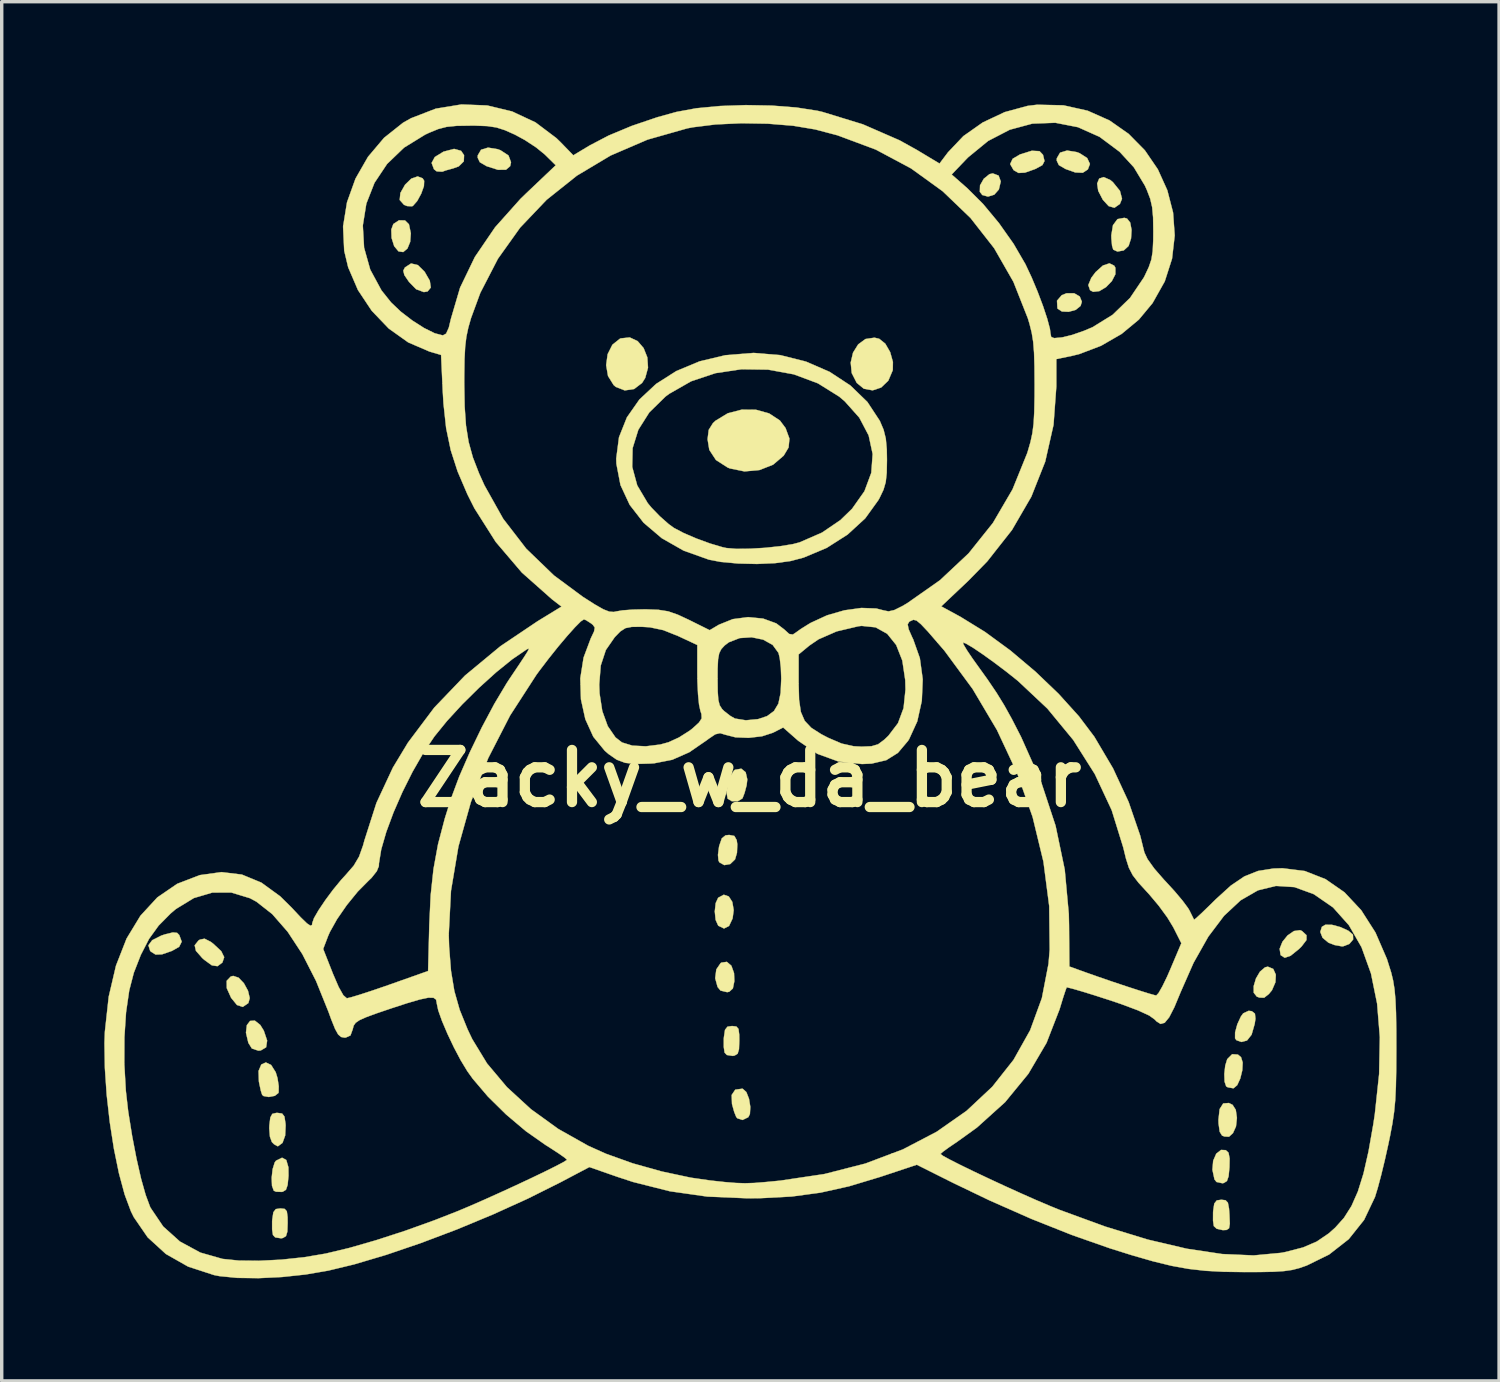
<source format=kicad_pcb>
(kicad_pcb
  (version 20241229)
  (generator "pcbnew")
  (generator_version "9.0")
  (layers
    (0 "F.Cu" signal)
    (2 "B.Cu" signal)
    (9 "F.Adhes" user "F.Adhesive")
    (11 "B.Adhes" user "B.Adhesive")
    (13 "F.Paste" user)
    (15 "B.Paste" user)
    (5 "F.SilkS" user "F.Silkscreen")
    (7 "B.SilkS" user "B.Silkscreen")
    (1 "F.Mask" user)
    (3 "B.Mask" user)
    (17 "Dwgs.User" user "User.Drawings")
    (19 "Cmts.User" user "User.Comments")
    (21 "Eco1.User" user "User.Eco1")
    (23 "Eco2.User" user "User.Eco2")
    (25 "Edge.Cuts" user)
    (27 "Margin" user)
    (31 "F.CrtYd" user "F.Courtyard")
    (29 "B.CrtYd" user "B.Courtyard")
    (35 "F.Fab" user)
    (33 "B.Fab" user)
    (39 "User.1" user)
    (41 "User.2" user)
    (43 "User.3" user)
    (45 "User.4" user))
  (footprint "Zacky_w_da_bear"
    (layer "F.Cu")
    (at 18.866 19.716)
    (property "Reference" "Zacky_w_da_bear" (at 0 0 0) (layer "F.SilkS") (effects (font (size 1.524 1.524) (thickness 0.3))))
    (attr through_hole)
    (fp_poly (pts (xy 7.287 -17.631) (xy 7.35 -17.461) (xy 7.294 -17.224) (xy 7.16 -17.073) (xy 6.977 -17.017) (xy 6.81 -17.063) (xy 6.738 -17.157) (xy 6.744 -17.345) (xy 6.854 -17.539) (xy 7.02 -17.673) (xy 7.117 -17.695) (xy 7.287 -17.631)) (stroke (width 0.01) (type solid)) (fill yes) (layer "F.SilkS"))
    (fp_poly (pts (xy -14.937 5.826) (xy -14.783 5.989) (xy -14.664 6.207) (xy -14.613 6.422) (xy -14.653 6.568) (xy -14.816 6.68) (xy -14.986 6.624) (xy -15.158 6.413) (xy -15.284 6.132) (xy -15.287 5.917) (xy -15.168 5.792) (xy -15.096 5.773) (xy -14.937 5.826)) (stroke (width 0.01) (type solid)) (fill yes) (layer "F.SilkS"))
    (fp_poly (pts (xy -14.305 7.207) (xy -14.201 7.376) (xy -14.104 7.665) (xy -14.134 7.861) (xy -14.29 7.953) (xy -14.362 7.959) (xy -14.55 7.896) (xy -14.653 7.731) (xy -14.723 7.434) (xy -14.697 7.214) (xy -14.603 7.09) (xy -14.464 7.081) (xy -14.305 7.207)) (stroke (width 0.01) (type solid)) (fill yes) (layer "F.SilkS"))
    (fp_poly (pts (xy -10.072 -16.32) (xy -9.957 -16.207) (xy -9.902 -15.944) (xy -9.921 -15.694) (xy -10.001 -15.498) (xy -10.125 -15.395) (xy -10.262 -15.415) (xy -10.389 -15.568) (xy -10.464 -15.807) (xy -10.473 -16.053) (xy -10.413 -16.215) (xy -10.247 -16.324) (xy -10.072 -16.32)) (stroke (width 0.01) (type solid)) (fill yes) (layer "F.SilkS"))
    (fp_poly (pts (xy -9.696 -15.014) (xy -9.499 -14.82) (xy -9.347 -14.556) (xy -9.318 -14.357) (xy -9.412 -14.243) (xy -9.521 -14.224) (xy -9.746 -14.308) (xy -9.954 -14.521) (xy -10.091 -14.722) (xy -10.122 -14.851) (xy -10.075 -14.944) (xy -9.895 -15.061) (xy -9.696 -15.014)) (stroke (width 0.01) (type solid)) (fill yes) (layer "F.SilkS"))
    (fp_poly (pts (xy 9.659 -14.096) (xy 9.722 -13.943) (xy 9.684 -13.82) (xy 9.541 -13.704) (xy 9.336 -13.648) (xy 9.138 -13.657) (xy 9.013 -13.74) (xy 9.007 -13.753) (xy 8.995 -13.973) (xy 9.134 -14.134) (xy 9.275 -14.19) (xy 9.497 -14.19) (xy 9.659 -14.096)) (stroke (width 0.01) (type solid)) (fill yes) (layer "F.SilkS"))
    (fp_poly (pts (xy 10.551 -17.503) (xy 10.629 -17.439) (xy 10.836 -17.183) (xy 10.896 -16.953) (xy 10.834 -16.802) (xy 10.674 -16.69) (xy 10.505 -16.739) (xy 10.335 -16.925) (xy 10.2 -17.185) (xy 10.169 -17.4) (xy 10.229 -17.544) (xy 10.361 -17.587) (xy 10.551 -17.503)) (stroke (width 0.01) (type solid)) (fill yes) (layer "F.SilkS"))
    (fp_poly (pts (xy -0.604 3.45) (xy -0.501 3.609) (xy -0.46 3.848) (xy -0.492 4.092) (xy -0.596 4.312) (xy -0.743 4.387) (xy -0.909 4.307) (xy -0.912 4.304) (xy -0.988 4.135) (xy -1.013 3.888) (xy -0.986 3.643) (xy -0.914 3.488) (xy -0.749 3.399) (xy -0.604 3.45)) (stroke (width 0.01) (type solid)) (fill yes) (layer "F.SilkS"))
    (fp_poly (pts (xy -0.528 5.475) (xy -0.45 5.692) (xy -0.441 5.927) (xy -0.484 6.14) (xy -0.588 6.235) (xy -0.65 6.249) (xy -0.845 6.202) (xy -0.931 6.097) (xy -1.001 5.84) (xy -0.968 5.584) (xy -0.842 5.399) (xy -0.821 5.385) (xy -0.66 5.362) (xy -0.528 5.475)) (stroke (width 0.01) (type solid)) (fill yes) (layer "F.SilkS"))
    (fp_poly (pts (xy 9.571 -18.318) (xy 9.654 -18.287) (xy 9.877 -18.144) (xy 9.958 -17.971) (xy 9.897 -17.812) (xy 9.748 -17.714) (xy 9.529 -17.723) (xy 9.244 -17.824) (xy 9.049 -17.938) (xy 8.986 -18.071) (xy 8.99 -18.138) (xy 9.085 -18.302) (xy 9.289 -18.364) (xy 9.571 -18.318)) (stroke (width 0.01) (type solid)) (fill yes) (layer "F.SilkS"))
    (fp_poly (pts (xy 10.668 -14.997) (xy 10.702 -14.936) (xy 10.702 -14.746) (xy 10.598 -14.545) (xy 10.429 -14.37) (xy 10.233 -14.253) (xy 10.051 -14.232) (xy 9.962 -14.28) (xy 9.91 -14.429) (xy 9.997 -14.64) (xy 10.125 -14.81) (xy 10.337 -15.001) (xy 10.528 -15.065) (xy 10.668 -14.997)) (stroke (width 0.01) (type solid)) (fill yes) (layer "F.SilkS"))
    (fp_poly (pts (xy -16.736 4.515) (xy -16.674 4.578) (xy -16.602 4.772) (xy -16.677 4.922) (xy -16.888 5.042) (xy -17.176 5.142) (xy -17.367 5.149) (xy -17.504 5.063) (xy -17.526 5.038) (xy -17.576 4.878) (xy -17.464 4.728) (xy -17.196 4.593) (xy -17.086 4.557) (xy -16.86 4.502) (xy -16.736 4.515)) (stroke (width 0.01) (type solid)) (fill yes) (layer "F.SilkS"))
    (fp_poly (pts (xy -9.555 -17.55) (xy -9.512 -17.479) (xy -9.519 -17.323) (xy -9.598 -17.103) (xy -9.715 -16.888) (xy -9.838 -16.748) (xy -9.866 -16.733) (xy -10.011 -16.74) (xy -10.102 -16.777) (xy -10.227 -16.918) (xy -10.207 -17.123) (xy -10.07 -17.365) (xy -9.888 -17.542) (xy -9.702 -17.607) (xy -9.555 -17.55)) (stroke (width 0.01) (type solid)) (fill yes) (layer "F.SilkS"))
    (fp_poly (pts (xy -8.432 -18.355) (xy -8.345 -18.228) (xy -8.353 -18.047) (xy -8.5 -17.901) (xy -8.66 -17.843) (xy -8.875 -17.784) (xy -8.982 -17.745) (xy -9.146 -17.755) (xy -9.225 -17.817) (xy -9.294 -18.001) (xy -9.2 -18.175) (xy -8.949 -18.329) (xy -8.938 -18.333) (xy -8.636 -18.412) (xy -8.432 -18.355)) (stroke (width 0.01) (type solid)) (fill yes) (layer "F.SilkS"))
    (fp_poly (pts (xy -7.362 -18.403) (xy -7.279 -18.372) (xy -7.045 -18.218) (xy -6.972 -18.021) (xy -6.997 -17.907) (xy -7.12 -17.802) (xy -7.355 -17.801) (xy -7.679 -17.904) (xy -7.69 -17.909) (xy -7.884 -18.022) (xy -7.947 -18.155) (xy -7.944 -18.223) (xy -7.848 -18.387) (xy -7.644 -18.449) (xy -7.362 -18.403)) (stroke (width 0.01) (type solid)) (fill yes) (layer "F.SilkS"))
    (fp_poly (pts (xy 8.484 -18.345) (xy 8.585 -18.239) (xy 8.629 -18.057) (xy 8.568 -17.938) (xy 8.374 -17.831) (xy 8.342 -17.818) (xy 8.059 -17.718) (xy 7.871 -17.708) (xy 7.733 -17.786) (xy 7.722 -17.797) (xy 7.625 -17.968) (xy 7.698 -18.123) (xy 7.914 -18.25) (xy 8.257 -18.357) (xy 8.484 -18.345)) (stroke (width 0.01) (type solid)) (fill yes) (layer "F.SilkS"))
    (fp_poly (pts (xy 11.043 -16.374) (xy 11.135 -16.258) (xy 11.175 -16.044) (xy 11.16 -15.792) (xy 11.088 -15.573) (xy 10.947 -15.443) (xy 10.763 -15.41) (xy 10.64 -15.466) (xy 10.605 -15.579) (xy 10.585 -15.794) (xy 10.583 -15.886) (xy 10.632 -16.181) (xy 10.764 -16.358) (xy 10.963 -16.396) (xy 11.043 -16.374)) (stroke (width 0.01) (type solid)) (fill yes) (layer "F.SilkS"))
    (fp_poly (pts (xy 13.931 10.869) (xy 14.011 10.944) (xy 14.043 11.113) (xy 14.038 11.366) (xy 14.013 11.632) (xy 13.964 11.772) (xy 13.873 11.829) (xy 13.833 11.837) (xy 13.66 11.8) (xy 13.6 11.724) (xy 13.54 11.443) (xy 13.562 11.179) (xy 13.652 10.972) (xy 13.793 10.862) (xy 13.931 10.869)) (stroke (width 0.01) (type solid)) (fill yes) (layer "F.SilkS"))
    (fp_poly (pts (xy 14.13 9.544) (xy 14.223 9.691) (xy 14.256 9.925) (xy 14.229 10.175) (xy 14.141 10.37) (xy 14.025 10.476) (xy 13.894 10.47) (xy 13.822 10.443) (xy 13.753 10.332) (xy 13.719 10.089) (xy 13.716 9.981) (xy 13.751 9.668) (xy 13.855 9.503) (xy 14.021 9.49) (xy 14.13 9.544)) (stroke (width 0.01) (type solid)) (fill yes) (layer "F.SilkS"))
    (fp_poly (pts (xy 14.692 6.805) (xy 14.783 6.877) (xy 14.798 7.026) (xy 14.776 7.176) (xy 14.685 7.493) (xy 14.551 7.662) (xy 14.39 7.705) (xy 14.243 7.654) (xy 14.202 7.599) (xy 14.203 7.426) (xy 14.268 7.187) (xy 14.372 6.962) (xy 14.44 6.868) (xy 14.6 6.794) (xy 14.692 6.805)) (stroke (width 0.01) (type solid)) (fill yes) (layer "F.SilkS"))
    (fp_poly (pts (xy 15.319 5.569) (xy 15.394 5.737) (xy 15.382 5.959) (xy 15.282 6.191) (xy 15.191 6.302) (xy 15.053 6.411) (xy 14.916 6.407) (xy 14.838 6.379) (xy 14.748 6.265) (xy 14.747 6.071) (xy 14.813 5.849) (xy 14.93 5.649) (xy 15.078 5.523) (xy 15.16 5.503) (xy 15.319 5.569)) (stroke (width 0.01) (type solid)) (fill yes) (layer "F.SilkS"))
    (fp_poly (pts (xy 16.157 4.459) (xy 16.291 4.583) (xy 16.29 4.724) (xy 16.148 4.91) (xy 16.07 4.987) (xy 15.826 5.184) (xy 15.655 5.243) (xy 15.54 5.17) (xy 15.533 5.16) (xy 15.506 4.98) (xy 15.587 4.776) (xy 15.739 4.588) (xy 15.924 4.461) (xy 16.104 4.436) (xy 16.157 4.459)) (stroke (width 0.01) (type solid)) (fill yes) (layer "F.SilkS"))
    (fp_poly (pts (xy 17.284 4.346) (xy 17.517 4.453) (xy 17.65 4.567) (xy 17.655 4.708) (xy 17.544 4.838) (xy 17.365 4.907) (xy 17.325 4.909) (xy 17.111 4.87) (xy 16.933 4.801) (xy 16.761 4.658) (xy 16.694 4.487) (xy 16.741 4.338) (xy 16.838 4.279) (xy 17.031 4.278) (xy 17.284 4.346)) (stroke (width 0.01) (type solid)) (fill yes) (layer "F.SilkS"))
    (fp_poly (pts (xy -15.754 4.776) (xy -15.679 4.833) (xy -15.446 5.05) (xy -15.36 5.225) (xy -15.411 5.378) (xy -15.418 5.387) (xy -15.556 5.489) (xy -15.721 5.464) (xy -15.94 5.305) (xy -16.001 5.251) (xy -16.186 5.04) (xy -16.223 4.878) (xy -16.114 4.741) (xy -16.07 4.712) (xy -15.934 4.685) (xy -15.754 4.776)) (stroke (width 0.01) (type solid)) (fill yes) (layer "F.SilkS"))
    (fp_poly (pts (xy -13.544 11.157) (xy -13.482 11.371) (xy -13.479 11.62) (xy -13.505 11.887) (xy -13.554 12.028) (xy -13.646 12.084) (xy -13.677 12.09) (xy -13.845 12.084) (xy -13.91 12.054) (xy -13.962 11.91) (xy -13.971 11.676) (xy -13.943 11.425) (xy -13.883 11.23) (xy -13.844 11.177) (xy -13.667 11.09) (xy -13.544 11.157)) (stroke (width 0.01) (type solid)) (fill yes) (layer "F.SilkS"))
    (fp_poly (pts (xy -0.441 1.68) (xy -0.372 1.802) (xy -0.355 1.922) (xy -0.364 2.171) (xy -0.421 2.367) (xy -0.561 2.502) (xy -0.735 2.533) (xy -0.877 2.453) (xy -0.904 2.404) (xy -0.92 2.234) (xy -0.889 1.996) (xy -0.88 1.959) (xy -0.807 1.749) (xy -0.699 1.663) (xy -0.593 1.651) (xy -0.441 1.68)) (stroke (width 0.01) (type solid)) (fill yes) (layer "F.SilkS"))
    (fp_poly (pts (xy -0.195 9.075) (xy -0.09 9.17) (xy -0.012 9.368) (xy 0.026 9.604) (xy 0.014 9.812) (xy -0.033 9.905) (xy -0.2 9.986) (xy -0.355 9.936) (xy -0.387 9.896) (xy -0.445 9.752) (xy -0.506 9.533) (xy -0.51 9.518) (xy -0.519 9.255) (xy -0.414 9.1) (xy -0.209 9.072) (xy -0.195 9.075)) (stroke (width 0.01) (type solid)) (fill yes) (layer "F.SilkS"))
    (fp_poly (pts (xy -0.11 -0.183) (xy -0.062 0.027) (xy -0.082 0.199) (xy -0.142 0.422) (xy -0.201 0.576) (xy -0.205 0.583) (xy -0.337 0.664) (xy -0.515 0.665) (xy -0.637 0.59) (xy -0.668 0.417) (xy -0.635 0.173) (xy -0.556 -0.069) (xy -0.451 -0.234) (xy -0.422 -0.255) (xy -0.237 -0.287) (xy -0.11 -0.183)) (stroke (width 0.01) (type solid)) (fill yes) (layer "F.SilkS"))
    (fp_poly (pts (xy 14.286 8.074) (xy 14.377 8.151) (xy 14.425 8.307) (xy 14.413 8.534) (xy 14.354 8.774) (xy 14.265 8.968) (xy 14.159 9.058) (xy 14.147 9.059) (xy 13.988 9.03) (xy 13.942 9.003) (xy 13.896 8.867) (xy 13.888 8.641) (xy 13.915 8.396) (xy 13.973 8.207) (xy 14.117 8.063) (xy 14.286 8.074)) (stroke (width 0.01) (type solid)) (fill yes) (layer "F.SilkS"))
    (fp_poly (pts (xy -13.988 8.377) (xy -13.853 8.591) (xy -13.801 8.761) (xy -13.765 8.998) (xy -13.768 9.176) (xy -13.774 9.197) (xy -13.879 9.28) (xy -14.055 9.314) (xy -14.21 9.286) (xy -14.25 9.25) (xy -14.288 9.132) (xy -14.334 8.919) (xy -14.345 8.862) (xy -14.355 8.554) (xy -14.275 8.365) (xy -14.141 8.304) (xy -13.988 8.377)) (stroke (width 0.01) (type solid)) (fill yes) (layer "F.SilkS"))
    (fp_poly (pts (xy -13.59 12.587) (xy -13.528 12.657) (xy -13.506 12.826) (xy -13.504 12.996) (xy -13.513 13.251) (xy -13.553 13.383) (xy -13.643 13.437) (xy -13.695 13.447) (xy -13.868 13.42) (xy -13.934 13.35) (xy -13.958 13.187) (xy -13.958 12.947) (xy -13.954 12.899) (xy -13.922 12.685) (xy -13.85 12.592) (xy -13.716 12.573) (xy -13.59 12.587)) (stroke (width 0.01) (type solid)) (fill yes) (layer "F.SilkS"))
    (fp_poly (pts (xy -0.382 7.253) (xy -0.32 7.323) (xy -0.298 7.492) (xy -0.296 7.662) (xy -0.305 7.917) (xy -0.345 8.049) (xy -0.435 8.103) (xy -0.487 8.113) (xy -0.66 8.086) (xy -0.726 8.016) (xy -0.75 7.853) (xy -0.75 7.613) (xy -0.746 7.565) (xy -0.714 7.351) (xy -0.642 7.258) (xy -0.508 7.239) (xy -0.382 7.253)) (stroke (width 0.01) (type solid)) (fill yes) (layer "F.SilkS"))
    (fp_poly (pts (xy 3.796 -12.858) (xy 3.973 -12.716) (xy 4.116 -12.468) (xy 4.196 -12.181) (xy 4.192 -11.941) (xy 4.062 -11.635) (xy 3.853 -11.434) (xy 3.603 -11.351) (xy 3.347 -11.398) (xy 3.139 -11.568) (xy 2.992 -11.856) (xy 2.962 -12.163) (xy 3.03 -12.453) (xy 3.18 -12.694) (xy 3.395 -12.852) (xy 3.657 -12.891) (xy 3.796 -12.858)) (stroke (width 0.01) (type solid)) (fill yes) (layer "F.SilkS"))
    (fp_poly (pts (xy 13.925 12.334) (xy 13.992 12.405) (xy 14.025 12.577) (xy 14.038 12.764) (xy 14.048 13.022) (xy 14.026 13.154) (xy 13.954 13.202) (xy 13.845 13.208) (xy 13.664 13.167) (xy 13.581 13.09) (xy 13.558 12.932) (xy 13.559 12.694) (xy 13.562 12.645) (xy 13.594 12.431) (xy 13.667 12.338) (xy 13.801 12.319) (xy 13.925 12.334)) (stroke (width 0.01) (type solid)) (fill yes) (layer "F.SilkS"))
    (fp_poly (pts (xy -13.666 9.798) (xy -13.598 9.886) (xy -13.567 10.089) (xy -13.563 10.145) (xy -13.577 10.442) (xy -13.655 10.657) (xy -13.782 10.751) (xy -13.801 10.753) (xy -13.903 10.695) (xy -13.965 10.632) (xy -14.022 10.476) (xy -14.042 10.233) (xy -14.039 10.145) (xy -14.011 9.915) (xy -13.953 9.808) (xy -13.833 9.779) (xy -13.801 9.779) (xy -13.666 9.798)) (stroke (width 0.01) (type solid)) (fill yes) (layer "F.SilkS"))
    (fp_poly (pts (xy -3.27 -12.791) (xy -3.094 -12.586) (xy -2.986 -12.315) (xy -2.966 -12.013) (xy -3.047 -11.715) (xy -3.139 -11.568) (xy -3.372 -11.39) (xy -3.646 -11.349) (xy -3.908 -11.452) (xy -3.971 -11.506) (xy -4.135 -11.77) (xy -4.19 -12.088) (xy -4.146 -12.409) (xy -4.008 -12.684) (xy -3.785 -12.862) (xy -3.766 -12.87) (xy -3.5 -12.898) (xy -3.27 -12.791)) (stroke (width 0.01) (type solid)) (fill yes) (layer "F.SilkS"))
    (fp_poly (pts (xy 0.191 -10.783) (xy 0.576 -10.676) (xy 0.891 -10.469) (xy 1.057 -10.247) (xy 1.17 -9.94) (xy 1.145 -9.681) (xy 1.002 -9.441) (xy 0.694 -9.178) (xy 0.296 -9.021) (xy -0.143 -8.98) (xy -0.572 -9.068) (xy -0.635 -9.093) (xy -0.979 -9.314) (xy -1.173 -9.61) (xy -1.224 -9.922) (xy -1.19 -10.195) (xy -1.066 -10.393) (xy -0.992 -10.462) (xy -0.633 -10.68) (xy -0.226 -10.786) (xy 0.191 -10.783)) (stroke (width 0.01) (type solid)) (fill yes) (layer "F.SilkS"))
    (fp_poly (pts (xy 0.905 -12.38) (xy 1.655 -12.191) (xy 2.346 -11.891) (xy 2.952 -11.493) (xy 3.449 -11.012) (xy 3.812 -10.46) (xy 3.814 -10.456) (xy 3.924 -10.198) (xy 3.988 -9.94) (xy 4.017 -9.622) (xy 4.022 -9.313) (xy 4.015 -8.936) (xy 3.986 -8.667) (xy 3.921 -8.445) (xy 3.808 -8.208) (xy 3.771 -8.141) (xy 3.386 -7.607) (xy 2.871 -7.134) (xy 2.258 -6.743) (xy 1.584 -6.46) (xy 1.202 -6.359) (xy 0.755 -6.298) (xy 0.221 -6.274) (xy -0.333 -6.287) (xy -0.842 -6.334) (xy -1.185 -6.4) (xy -1.923 -6.663) (xy -2.564 -7.028) (xy -3.094 -7.479) (xy -3.501 -8.002) (xy -3.771 -8.582) (xy -3.873 -9.113) (xy -3.428 -9.113) (xy -3.281 -8.571) (xy -2.974 -8.053) (xy -2.866 -7.922) (xy -2.621 -7.669) (xy -2.362 -7.44) (xy -2.208 -7.328) (xy -1.927 -7.18) (xy -1.55 -7.018) (xy -1.148 -6.871) (xy -0.79 -6.765) (xy -0.677 -6.74) (xy -0.386 -6.715) (xy 0.012 -6.719) (xy 0.461 -6.746) (xy 0.9 -6.793) (xy 1.273 -6.854) (xy 1.47 -6.906) (xy 2.123 -7.191) (xy 2.66 -7.556) (xy 3.003 -7.889) (xy 3.364 -8.401) (xy 3.564 -8.94) (xy 3.604 -9.489) (xy 3.487 -10.032) (xy 3.214 -10.552) (xy 2.788 -11.03) (xy 2.625 -11.168) (xy 2.003 -11.556) (xy 1.298 -11.819) (xy 0.543 -11.957) (xy -0.23 -11.968) (xy -0.991 -11.854) (xy -1.707 -11.615) (xy -2.348 -11.249) (xy -2.456 -11.168) (xy -2.928 -10.706) (xy -3.249 -10.198) (xy -3.416 -9.661) (xy -3.428 -9.113) (xy -3.873 -9.113) (xy -3.89 -9.205) (xy -3.895 -9.356) (xy -3.814 -9.98) (xy -3.583 -10.56) (xy -3.216 -11.084) (xy -2.729 -11.539) (xy -2.138 -11.915) (xy -1.457 -12.199) (xy -0.701 -12.379) (xy 0.112 -12.444) (xy 0.122 -12.445) (xy 0.905 -12.38)) (stroke (width 0.01) (type solid)) (fill yes) (layer "F.SilkS"))
    (fp_poly (pts (xy -7.669 -19.682) (xy -6.938 -19.506) (xy -6.255 -19.186) (xy -5.643 -18.725) (xy -5.517 -18.602) (xy -5.15 -18.224) (xy -4.675 -18.51) (xy -4.115 -18.803) (xy -3.436 -19.086) (xy -2.69 -19.339) (xy -2.134 -19.493) (xy -1.553 -19.6) (xy -0.86 -19.666) (xy -0.107 -19.692) (xy 0.654 -19.678) (xy 1.369 -19.623) (xy 1.987 -19.527) (xy 2.134 -19.493) (xy 3.318 -19.13) (xy 4.391 -18.662) (xy 4.887 -18.387) (xy 5.559 -17.983) (xy 5.807 -18.312) (xy 6.257 -18.786) (xy 6.824 -19.185) (xy 7.465 -19.487) (xy 8.134 -19.669) (xy 8.413 -19.703) (xy 9.183 -19.686) (xy 9.891 -19.528) (xy 10.529 -19.244) (xy 11.089 -18.852) (xy 11.564 -18.37) (xy 11.944 -17.814) (xy 12.221 -17.202) (xy 12.389 -16.551) (xy 12.437 -15.879) (xy 12.359 -15.201) (xy 12.146 -14.537) (xy 11.789 -13.902) (xy 11.388 -13.419) (xy 10.885 -13.002) (xy 10.282 -12.654) (xy 9.646 -12.412) (xy 9.438 -12.361) (xy 8.975 -12.265) (xy 8.975 -11.463) (xy 8.893 -10.341) (xy 8.65 -9.267) (xy 8.244 -8.242) (xy 7.679 -7.269) (xy 6.954 -6.348) (xy 6.408 -5.789) (xy 5.61 -5.034) (xy 6.172 -4.728) (xy 6.89 -4.286) (xy 7.633 -3.742) (xy 8.362 -3.127) (xy 9.042 -2.476) (xy 9.635 -1.82) (xy 10.086 -1.222) (xy 10.633 -0.297) (xy 11.089 0.686) (xy 11.429 1.675) (xy 11.55 2.162) (xy 11.642 2.358) (xy 11.839 2.633) (xy 12.119 2.955) (xy 12.174 3.013) (xy 12.437 3.3) (xy 12.665 3.571) (xy 12.824 3.785) (xy 12.867 3.856) (xy 12.955 4.034) (xy 13.002 4.128) (xy 13.003 4.13) (xy 13.064 4.084) (xy 13.218 3.942) (xy 13.442 3.726) (xy 13.641 3.53) (xy 14.077 3.133) (xy 14.474 2.864) (xy 14.875 2.704) (xy 15.323 2.633) (xy 15.591 2.625) (xy 16.241 2.706) (xy 16.848 2.944) (xy 17.402 3.329) (xy 17.891 3.852) (xy 18.308 4.505) (xy 18.642 5.276) (xy 18.767 5.673) (xy 18.823 5.904) (xy 18.864 6.157) (xy 18.892 6.464) (xy 18.909 6.853) (xy 18.917 7.355) (xy 18.918 7.916) (xy 18.915 8.529) (xy 18.905 9.012) (xy 18.886 9.405) (xy 18.853 9.75) (xy 18.804 10.085) (xy 18.735 10.451) (xy 18.684 10.697) (xy 18.582 11.155) (xy 18.475 11.597) (xy 18.375 11.973) (xy 18.295 12.234) (xy 18.295 12.236) (xy 17.975 12.909) (xy 17.527 13.471) (xy 16.952 13.921) (xy 16.298 14.242) (xy 16.082 14.317) (xy 15.874 14.371) (xy 15.636 14.405) (xy 15.332 14.425) (xy 14.927 14.433) (xy 14.478 14.434) (xy 13.869 14.426) (xy 13.337 14.397) (xy 12.842 14.341) (xy 12.344 14.251) (xy 11.803 14.119) (xy 11.179 13.939) (xy 10.541 13.739) (xy 9.434 13.351) (xy 8.244 12.878) (xy 7.019 12.337) (xy 5.96 11.828) (xy 4.896 11.295) (xy 3.824 11.651) (xy 2.915 11.925) (xy 2.075 12.112) (xy 1.236 12.225) (xy 0.329 12.273) (xy -0.053 12.277) (xy -1.229 12.227) (xy -2.326 12.071) (xy -3.404 11.799) (xy -3.867 11.647) (xy -4.681 11.363) (xy -5.537 11.815) (xy -6.485 12.288) (xy -7.503 12.75) (xy -8.555 13.187) (xy -9.605 13.584) (xy -10.617 13.929) (xy -11.556 14.208) (xy -12.319 14.392) (xy -12.978 14.505) (xy -13.671 14.579) (xy -14.352 14.612) (xy -14.978 14.604) (xy -15.501 14.552) (xy -15.658 14.521) (xy -16.415 14.274) (xy -17.065 13.905) (xy -17.597 13.419) (xy -18.005 12.825) (xy -18.087 12.658) (xy -18.27 12.168) (xy -18.438 11.544) (xy -18.585 10.826) (xy -18.706 10.049) (xy -18.796 9.251) (xy -18.849 8.468) (xy -18.851 8.345) (xy -18.281 8.345) (xy -18.236 9.132) (xy -18.167 9.737) (xy -18.052 10.454) (xy -17.924 11.118) (xy -17.791 11.702) (xy -17.657 12.177) (xy -17.531 12.516) (xy -17.512 12.556) (xy -17.144 13.101) (xy -16.653 13.542) (xy -16.058 13.864) (xy -15.409 14.049) (xy -14.932 14.098) (xy -14.341 14.104) (xy -13.687 14.071) (xy -13.021 14) (xy -12.394 13.894) (xy -11.707 13.73) (xy -10.915 13.502) (xy -10.065 13.226) (xy -9.203 12.916) (xy -8.532 12.653) (xy -8.166 12.499) (xy -7.742 12.313) (xy -7.287 12.108) (xy -6.825 11.896) (xy -6.384 11.689) (xy -5.989 11.499) (xy -5.665 11.338) (xy -5.439 11.219) (xy -5.337 11.154) (xy -5.334 11.149) (xy -5.401 11.089) (xy -5.579 10.964) (xy -5.837 10.796) (xy -5.963 10.717) (xy -6.537 10.314) (xy -7.113 9.828) (xy -7.646 9.303) (xy -8.09 8.782) (xy -8.249 8.56) (xy -8.443 8.24) (xy -8.643 7.861) (xy -8.831 7.465) (xy -8.99 7.091) (xy -9.1 6.781) (xy -9.144 6.574) (xy -9.144 6.566) (xy -9.164 6.465) (xy -9.24 6.412) (xy -9.391 6.41) (xy -9.639 6.462) (xy -10.005 6.569) (xy -10.456 6.716) (xy -10.898 6.866) (xy -11.204 6.978) (xy -11.401 7.066) (xy -11.515 7.144) (xy -11.573 7.227) (xy -11.6 7.328) (xy -11.6 7.331) (xy -11.667 7.515) (xy -11.804 7.576) (xy -11.842 7.578) (xy -11.942 7.559) (xy -12.028 7.484) (xy -12.117 7.323) (xy -12.228 7.048) (xy -12.313 6.815) (xy -12.674 5.92) (xy -13.073 5.138) (xy -13.173 4.985) (xy -12.465 4.985) (xy -12.18 5.708) (xy -12.013 6.096) (xy -11.876 6.339) (xy -11.774 6.427) (xy -11.769 6.427) (xy -11.646 6.398) (xy -11.397 6.323) (xy -11.054 6.211) (xy -10.65 6.073) (xy -10.519 6.027) (xy -9.397 5.63) (xy -9.369 4.562) (xy -8.793 4.562) (xy -8.782 4.931) (xy -8.727 5.626) (xy -8.629 6.217) (xy -8.473 6.766) (xy -8.243 7.334) (xy -8.107 7.62) (xy -7.672 8.335) (xy -7.092 9.025) (xy -6.39 9.67) (xy -5.589 10.249) (xy -4.715 10.741) (xy -4.191 10.976) (xy -3.415 11.254) (xy -2.562 11.493) (xy -1.712 11.674) (xy -1.143 11.756) (xy -0.721 11.802) (xy -0.402 11.828) (xy -0.131 11.837) (xy 0.149 11.828) (xy 0.491 11.8) (xy 0.895 11.761) (xy 2.19 11.568) (xy 3.39 11.261) (xy 4.134 10.98) (xy 5.588 10.98) (xy 5.661 11.036) (xy 5.864 11.147) (xy 6.172 11.303) (xy 6.558 11.491) (xy 6.998 11.699) (xy 7.467 11.917) (xy 7.939 12.131) (xy 8.388 12.33) (xy 8.79 12.501) (xy 9.059 12.611) (xy 10.404 13.103) (xy 11.65 13.484) (xy 12.792 13.752) (xy 13.825 13.907) (xy 14.746 13.947) (xy 15.549 13.872) (xy 15.677 13.847) (xy 16.19 13.714) (xy 16.591 13.542) (xy 16.941 13.304) (xy 17.131 13.135) (xy 17.387 12.849) (xy 17.606 12.503) (xy 17.794 12.078) (xy 17.958 11.552) (xy 18.105 10.905) (xy 18.244 10.116) (xy 18.29 9.81) (xy 18.415 8.643) (xy 18.436 7.565) (xy 18.356 6.582) (xy 18.177 5.703) (xy 17.901 4.936) (xy 17.53 4.289) (xy 17.066 3.77) (xy 16.513 3.388) (xy 16.493 3.378) (xy 15.938 3.176) (xy 15.396 3.142) (xy 14.87 3.271) (xy 14.364 3.563) (xy 13.879 4.016) (xy 13.419 4.626) (xy 12.987 5.392) (xy 12.613 6.241) (xy 12.427 6.688) (xy 12.275 6.984) (xy 12.144 7.143) (xy 12.024 7.178) (xy 11.901 7.1) (xy 11.858 7.052) (xy 11.692 6.932) (xy 11.362 6.78) (xy 10.869 6.596) (xy 10.503 6.473) (xy 10.082 6.337) (xy 9.722 6.226) (xy 9.452 6.148) (xy 9.3 6.11) (xy 9.277 6.109) (xy 9.243 6.199) (xy 9.174 6.408) (xy 9.086 6.696) (xy 9.07 6.749) (xy 8.689 7.73) (xy 8.157 8.636) (xy 7.478 9.464) (xy 6.652 10.209) (xy 6.075 10.624) (xy 5.832 10.789) (xy 5.658 10.916) (xy 5.588 10.979) (xy 5.588 10.98) (xy 4.134 10.98) (xy 4.488 10.847) (xy 5.476 10.331) (xy 6.35 9.719) (xy 7.101 9.016) (xy 7.723 8.229) (xy 8.209 7.363) (xy 8.552 6.424) (xy 8.747 5.417) (xy 8.781 5.006) (xy 8.767 3.732) (xy 8.598 2.432) (xy 8.282 1.127) (xy 7.826 -0.163) (xy 7.239 -1.418) (xy 6.528 -2.617) (xy 5.702 -3.739) (xy 5.494 -3.979) (xy 6.245 -3.979) (xy 6.262 -3.917) (xy 6.362 -3.749) (xy 6.526 -3.506) (xy 6.627 -3.365) (xy 6.963 -2.897) (xy 7.227 -2.507) (xy 7.452 -2.141) (xy 7.672 -1.745) (xy 7.919 -1.264) (xy 7.946 -1.211) (xy 8.529 0.096) (xy 8.953 1.382) (xy 9.221 2.664) (xy 9.34 3.964) (xy 9.347 4.294) (xy 9.356 5.498) (xy 9.821 5.666) (xy 10.198 5.799) (xy 10.605 5.939) (xy 11.009 6.074) (xy 11.375 6.193) (xy 11.668 6.285) (xy 11.854 6.337) (xy 11.897 6.346) (xy 11.964 6.275) (xy 12.076 6.08) (xy 12.215 5.794) (xy 12.307 5.583) (xy 12.631 4.817) (xy 12.395 4.35) (xy 12.221 4.063) (xy 11.972 3.723) (xy 11.696 3.394) (xy 11.633 3.325) (xy 11.378 3.047) (xy 11.21 2.829) (xy 11.098 2.613) (xy 11.011 2.34) (xy 10.932 2.016) (xy 10.594 0.926) (xy 10.101 -0.129) (xy 9.47 -1.127) (xy 8.714 -2.044) (xy 7.852 -2.854) (xy 7.508 -3.128) (xy 7.154 -3.395) (xy 6.821 -3.634) (xy 6.538 -3.825) (xy 6.333 -3.946) (xy 6.245 -3.979) (xy 5.494 -3.979) (xy 5.219 -4.297) (xy 5.017 -4.511) (xy 4.888 -4.619) (xy 4.794 -4.642) (xy 4.696 -4.598) (xy 4.674 -4.585) (xy 4.628 -4.509) (xy 4.656 -4.364) (xy 4.766 -4.115) (xy 4.789 -4.07) (xy 4.984 -3.519) (xy 5.068 -2.902) (xy 5.041 -2.27) (xy 4.908 -1.67) (xy 4.67 -1.15) (xy 4.636 -1.097) (xy 4.342 -0.749) (xy 4.002 -0.536) (xy 3.576 -0.436) (xy 3.293 -0.423) (xy 2.604 -0.497) (xy 1.988 -0.721) (xy 1.43 -1.102) (xy 1.403 -1.125) (xy 0.987 -1.491) (xy 0.687 -1.338) (xy 0.37 -1.235) (xy -0.021 -1.189) (xy -0.407 -1.204) (xy -0.71 -1.281) (xy -0.858 -1.326) (xy -0.997 -1.293) (xy -1.187 -1.165) (xy -1.244 -1.122) (xy -1.76 -0.767) (xy -2.257 -0.548) (xy -2.783 -0.445) (xy -2.899 -0.437) (xy -3.323 -0.425) (xy -3.634 -0.458) (xy -3.881 -0.55) (xy -4.119 -0.715) (xy -4.232 -0.813) (xy -4.566 -1.222) (xy -4.799 -1.735) (xy -4.927 -2.316) (xy -4.94 -2.747) (xy -4.393 -2.747) (xy -4.383 -2.491) (xy -4.303 -1.972) (xy -4.143 -1.531) (xy -3.917 -1.202) (xy -3.727 -1.054) (xy -3.424 -0.961) (xy -3.031 -0.941) (xy -2.609 -0.993) (xy -2.365 -1.06) (xy -2.06 -1.2) (xy -1.751 -1.396) (xy -1.666 -1.462) (xy -1.476 -1.635) (xy -1.396 -1.758) (xy -1.403 -1.887) (xy -1.433 -1.974) (xy -1.473 -2.161) (xy -1.503 -2.466) (xy -1.521 -2.84) (xy -1.522 -2.921) (xy -0.931 -2.921) (xy -0.927 -2.546) (xy -0.91 -2.3) (xy -0.87 -2.142) (xy -0.801 -2.033) (xy -0.741 -1.973) (xy -0.561 -1.832) (xy -0.423 -1.753) (xy -0.106 -1.702) (xy 0.253 -1.736) (xy 0.516 -1.824) (xy 0.718 -1.973) (xy 0.847 -2.188) (xy 0.913 -2.504) (xy 0.931 -2.921) (xy 0.919 -3.243) (xy 0.886 -3.525) (xy 0.861 -3.628) (xy 1.439 -3.628) (xy 1.439 -2.78) (xy 1.452 -2.298) (xy 1.504 -1.946) (xy 1.616 -1.687) (xy 1.809 -1.482) (xy 2.102 -1.295) (xy 2.301 -1.191) (xy 2.698 -1.021) (xy 3.051 -0.943) (xy 3.283 -0.931) (xy 3.569 -0.943) (xy 3.763 -1) (xy 3.944 -1.135) (xy 4.066 -1.252) (xy 4.345 -1.619) (xy 4.508 -2.059) (xy 4.564 -2.598) (xy 4.557 -2.877) (xy 4.471 -3.45) (xy 4.292 -3.905) (xy 4.029 -4.232) (xy 3.689 -4.421) (xy 3.282 -4.463) (xy 3.185 -4.452) (xy 2.551 -4.302) (xy 2.02 -4.07) (xy 1.754 -3.888) (xy 1.439 -3.628) (xy 0.861 -3.628) (xy 0.85 -3.673) (xy 0.679 -3.907) (xy 0.401 -4.061) (xy 0.064 -4.13) (xy -0.286 -4.106) (xy -0.601 -3.984) (xy -0.725 -3.89) (xy -0.823 -3.783) (xy -0.884 -3.662) (xy -0.917 -3.485) (xy -0.93 -3.21) (xy -0.931 -2.921) (xy -1.522 -2.921) (xy -1.524 -3.058) (xy -1.524 -3.904) (xy -2.083 -4.165) (xy -2.519 -4.339) (xy -2.913 -4.422) (xy -3.148 -4.436) (xy -3.439 -4.434) (xy -3.626 -4.397) (xy -3.775 -4.301) (xy -3.938 -4.134) (xy -4.199 -3.757) (xy -4.348 -3.304) (xy -4.393 -2.747) (xy -4.94 -2.747) (xy -4.946 -2.928) (xy -4.85 -3.535) (xy -4.641 -4.093) (xy -4.543 -4.3) (xy -4.522 -4.414) (xy -4.579 -4.494) (xy -4.63 -4.535) (xy -4.774 -4.628) (xy -4.84 -4.654) (xy -4.932 -4.593) (xy -5.103 -4.421) (xy -5.331 -4.166) (xy -5.595 -3.853) (xy -5.872 -3.506) (xy -6.141 -3.153) (xy -6.229 -3.033) (xy -6.998 -1.844) (xy -7.638 -0.597) (xy -8.145 0.687) (xy -8.51 1.988) (xy -8.728 3.287) (xy -8.793 4.562) (xy -9.369 4.562) (xy -9.362 4.276) (xy -9.321 3.411) (xy -9.239 2.648) (xy -9.106 1.922) (xy -8.908 1.168) (xy -8.72 0.57) (xy -8.486 -0.058) (xy -8.179 -0.763) (xy -7.828 -1.49) (xy -7.459 -2.183) (xy -7.101 -2.783) (xy -7.011 -2.921) (xy -6.758 -3.297) (xy -6.589 -3.552) (xy -6.491 -3.707) (xy -6.452 -3.783) (xy -6.462 -3.8) (xy -6.507 -3.778) (xy -6.527 -3.766) (xy -6.934 -3.488) (xy -7.405 -3.107) (xy -7.904 -2.656) (xy -8.397 -2.169) (xy -8.846 -1.68) (xy -9.213 -1.228) (xy -9.535 -0.748) (xy -9.852 -0.196) (xy -10.148 0.396) (xy -10.409 0.994) (xy -10.62 1.563) (xy -10.767 2.07) (xy -10.834 2.481) (xy -10.837 2.563) (xy -10.898 2.712) (xy -11.05 2.904) (xy -11.141 2.992) (xy -11.455 3.309) (xy -11.774 3.701) (xy -12.059 4.113) (xy -12.27 4.49) (xy -12.321 4.607) (xy -12.465 4.985) (xy -13.173 4.985) (xy -13.503 4.483) (xy -13.954 3.966) (xy -14.418 3.602) (xy -14.605 3.501) (xy -15.148 3.336) (xy -15.7 3.335) (xy -16.246 3.496) (xy -16.771 3.816) (xy -16.927 3.948) (xy -17.278 4.303) (xy -17.558 4.691) (xy -17.798 5.158) (xy -18.003 5.682) (xy -18.137 6.198) (xy -18.23 6.84) (xy -18.278 7.568) (xy -18.281 8.345) (xy -18.851 8.345) (xy -18.861 7.737) (xy -18.849 7.406) (xy -18.737 6.383) (xy -18.524 5.473) (xy -18.214 4.681) (xy -17.809 4.014) (xy -17.315 3.478) (xy -16.734 3.08) (xy -16.07 2.825) (xy -16.068 2.825) (xy -15.438 2.738) (xy -14.842 2.81) (xy -14.273 3.045) (xy -13.723 3.445) (xy -13.392 3.772) (xy -13.12 4.062) (xy -12.941 4.236) (xy -12.837 4.305) (xy -12.791 4.283) (xy -12.785 4.229) (xy -12.734 4.084) (xy -12.598 3.849) (xy -12.403 3.559) (xy -12.175 3.252) (xy -11.94 2.966) (xy -11.809 2.823) (xy -11.572 2.55) (xy -11.416 2.287) (xy -11.299 1.959) (xy -11.261 1.818) (xy -10.907 0.713) (xy -10.427 -0.317) (xy -9.986 -1.048) (xy -9.217 -2.072) (xy -8.319 -3.009) (xy -7.282 -3.868) (xy -6.198 -4.597) (xy -5.495 -5.027) (xy -5.774 -5.241) (xy -6.656 -6.023) (xy -7.417 -6.916) (xy -8.043 -7.903) (xy -8.247 -8.309) (xy -8.533 -8.977) (xy -8.735 -9.602) (xy -8.869 -10.245) (xy -8.947 -10.966) (xy -8.969 -11.336) (xy -8.979 -11.557) (xy -8.34 -11.557) (xy -8.328 -10.878) (xy -8.289 -10.322) (xy -8.212 -9.842) (xy -8.088 -9.391) (xy -7.908 -8.925) (xy -7.751 -8.577) (xy -7.201 -7.595) (xy -6.526 -6.719) (xy -5.716 -5.938) (xy -4.873 -5.314) (xy -4.519 -5.088) (xy -4.271 -4.947) (xy -4.097 -4.879) (xy -3.966 -4.87) (xy -3.899 -4.885) (xy -3.71 -4.917) (xy -3.412 -4.939) (xy -3.067 -4.947) (xy -3.03 -4.947) (xy -2.662 -4.933) (xy -2.376 -4.888) (xy -2.096 -4.791) (xy -1.77 -4.639) (xy -1.162 -4.337) (xy -0.892 -4.497) (xy -0.487 -4.66) (xy -0.04 -4.719) (xy 0.401 -4.676) (xy 0.785 -4.536) (xy 1.015 -4.361) (xy 1.164 -4.226) (xy 1.27 -4.21) (xy 1.348 -4.261) (xy 1.506 -4.374) (xy 1.733 -4.516) (xy 1.798 -4.554) (xy 2.269 -4.771) (xy 2.777 -4.918) (xy 3.274 -4.987) (xy 3.71 -4.971) (xy 3.924 -4.916) (xy 4.068 -4.887) (xy 4.236 -4.925) (xy 4.472 -5.042) (xy 4.617 -5.128) (xy 5.572 -5.798) (xy 6.409 -6.583) (xy 7.12 -7.472) (xy 7.694 -8.454) (xy 8.124 -9.515) (xy 8.141 -9.57) (xy 8.22 -9.843) (xy 8.275 -10.1) (xy 8.311 -10.38) (xy 8.33 -10.726) (xy 8.339 -11.176) (xy 8.34 -11.515) (xy 8.336 -12.048) (xy 8.324 -12.451) (xy 8.299 -12.766) (xy 8.256 -13.033) (xy 8.192 -13.291) (xy 8.142 -13.458) (xy 7.72 -14.525) (xy 7.158 -15.506) (xy 6.465 -16.392) (xy 5.651 -17.173) (xy 4.974 -17.663) (xy 5.914 -17.663) (xy 6.375 -17.258) (xy 6.832 -16.802) (xy 7.297 -16.242) (xy 7.724 -15.637) (xy 8.069 -15.044) (xy 8.078 -15.026) (xy 8.254 -14.651) (xy 8.428 -14.235) (xy 8.585 -13.819) (xy 8.709 -13.445) (xy 8.787 -13.152) (xy 8.805 -13.013) (xy 8.825 -12.912) (xy 8.912 -12.878) (xy 9.112 -12.896) (xy 9.165 -12.904) (xy 9.44 -12.972) (xy 9.779 -13.09) (xy 10.033 -13.197) (xy 10.621 -13.56) (xy 11.131 -14.054) (xy 11.531 -14.646) (xy 11.558 -14.697) (xy 11.679 -14.955) (xy 11.755 -15.178) (xy 11.794 -15.423) (xy 11.809 -15.747) (xy 11.811 -16.002) (xy 11.805 -16.409) (xy 11.778 -16.706) (xy 11.721 -16.954) (xy 11.622 -17.212) (xy 11.565 -17.338) (xy 11.242 -17.874) (xy 10.827 -18.326) (xy 10.24 -18.764) (xy 9.607 -19.047) (xy 8.946 -19.176) (xy 8.275 -19.151) (xy 7.614 -18.973) (xy 6.981 -18.645) (xy 6.395 -18.165) (xy 6.323 -18.091) (xy 5.914 -17.663) (xy 4.974 -17.663) (xy 4.725 -17.842) (xy 3.697 -18.391) (xy 2.576 -18.809) (xy 1.92 -18.982) (xy 1.278 -19.089) (xy 0.539 -19.149) (xy -0.236 -19.162) (xy -0.988 -19.127) (xy -1.655 -19.044) (xy -1.82 -19.012) (xy -2.979 -18.683) (xy -4.058 -18.219) (xy -5.046 -17.629) (xy -5.932 -16.922) (xy -6.706 -16.109) (xy -7.355 -15.199) (xy -7.87 -14.202) (xy -8.142 -13.462) (xy -8.222 -13.181) (xy -8.278 -12.915) (xy -8.313 -12.624) (xy -8.332 -12.264) (xy -8.339 -11.794) (xy -8.34 -11.557) (xy -8.979 -11.557) (xy -9.017 -12.386) (xy -9.358 -12.486) (xy -9.978 -12.753) (xy -10.548 -13.159) (xy -11.046 -13.679) (xy -11.449 -14.285) (xy -11.734 -14.949) (xy -11.85 -15.434) (xy -11.883 -16.138) (xy -11.878 -16.173) (xy -11.306 -16.173) (xy -11.269 -15.522) (xy -11.089 -14.882) (xy -10.76 -14.274) (xy -10.479 -13.922) (xy -10.195 -13.652) (xy -9.859 -13.394) (xy -9.513 -13.173) (xy -9.201 -13.019) (xy -8.965 -12.958) (xy -8.87 -13.009) (xy -8.791 -13.185) (xy -8.73 -13.441) (xy -8.461 -14.355) (xy -8.029 -15.251) (xy -7.437 -16.12) (xy -6.692 -16.954) (xy -6.536 -17.105) (xy -5.664 -17.933) (xy -5.986 -18.25) (xy -6.237 -18.454) (xy -6.567 -18.671) (xy -6.858 -18.829) (xy -7.152 -18.96) (xy -7.4 -19.039) (xy -7.666 -19.079) (xy -8.016 -19.092) (xy -8.17 -19.092) (xy -8.564 -19.086) (xy -8.852 -19.057) (xy -9.1 -18.993) (xy -9.37 -18.882) (xy -9.483 -18.829) (xy -10.1 -18.449) (xy -10.596 -17.972) (xy -10.965 -17.419) (xy -11.203 -16.812) (xy -11.306 -16.173) (xy -11.878 -16.173) (xy -11.768 -16.851) (xy -11.52 -17.542) (xy -11.154 -18.18) (xy -10.685 -18.735) (xy -10.13 -19.176) (xy -9.897 -19.308) (xy -9.173 -19.588) (xy -8.422 -19.711) (xy -7.669 -19.682)) (stroke (width 0.01) (type solid)) (fill yes) (layer "F.SilkS")))
  (gr_rect
    (start -3 -3)
    (end 40.789 37.333)
    (stroke (width 0.1) (type default))
    (fill no)
    (layer "Edge.Cuts")))
</source>
